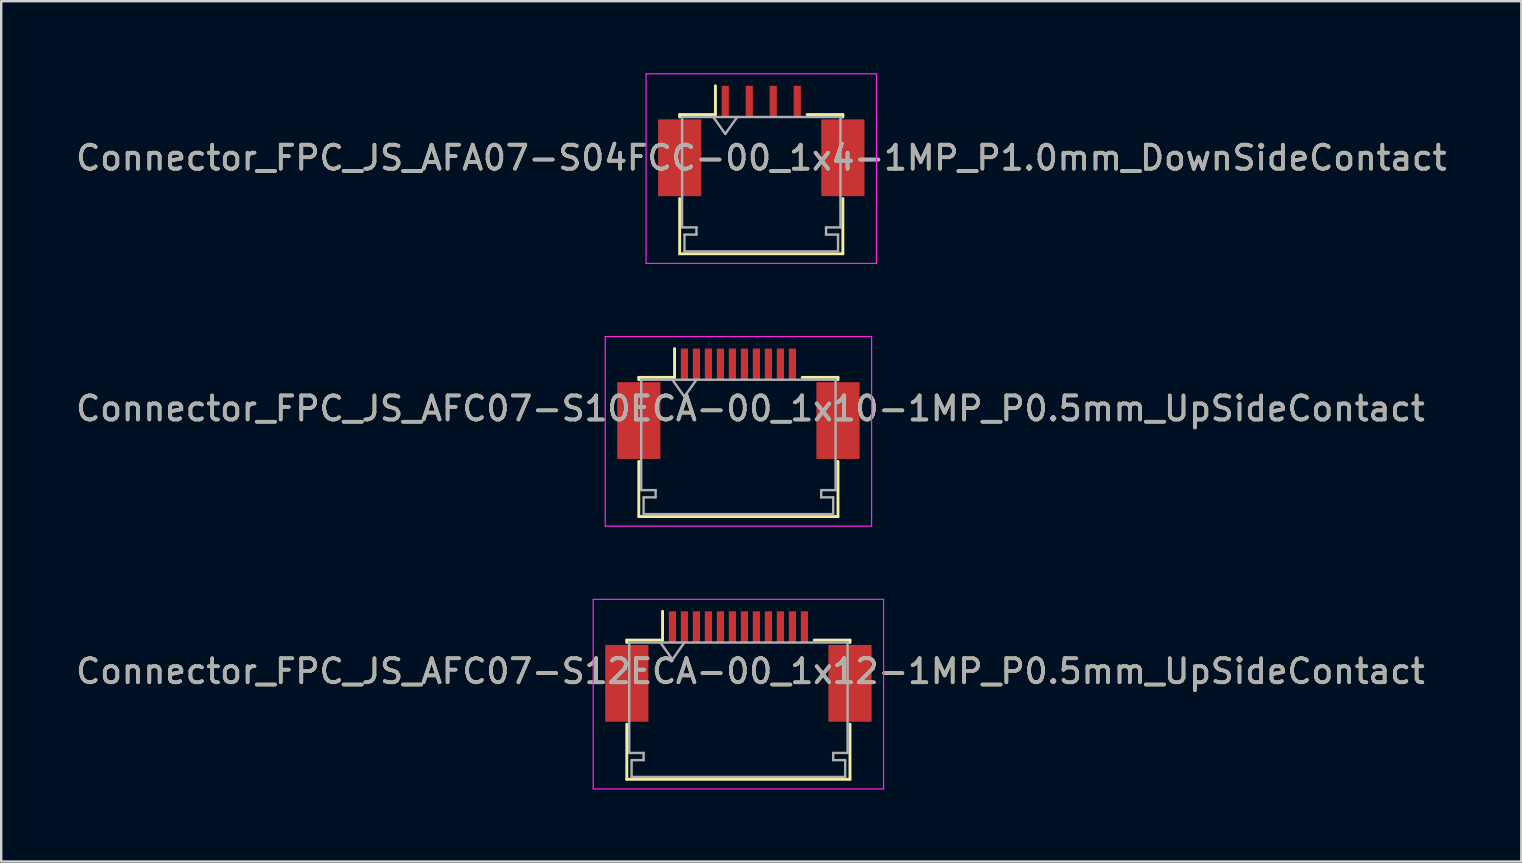
<source format=kicad_pcb>
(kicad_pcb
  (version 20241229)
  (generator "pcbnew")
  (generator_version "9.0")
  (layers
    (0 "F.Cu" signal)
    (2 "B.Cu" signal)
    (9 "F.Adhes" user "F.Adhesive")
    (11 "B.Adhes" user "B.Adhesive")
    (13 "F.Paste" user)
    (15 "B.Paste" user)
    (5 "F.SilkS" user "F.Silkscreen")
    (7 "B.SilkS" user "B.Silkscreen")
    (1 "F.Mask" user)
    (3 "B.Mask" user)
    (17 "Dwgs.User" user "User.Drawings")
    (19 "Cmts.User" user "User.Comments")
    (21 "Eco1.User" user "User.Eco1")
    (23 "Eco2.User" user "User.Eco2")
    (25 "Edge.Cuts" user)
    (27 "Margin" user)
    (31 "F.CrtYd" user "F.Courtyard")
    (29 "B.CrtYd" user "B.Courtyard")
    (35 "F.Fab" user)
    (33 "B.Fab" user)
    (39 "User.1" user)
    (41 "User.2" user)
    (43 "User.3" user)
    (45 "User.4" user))
  (footprint "Connector_FPC_JS_AFC07-S12ECA-00_1x12-1MP_P0.5mm_UpSideContact"
    (layer "F.Cu")
    (at 27.72 24.925)
    (property "Reference" "Connector_FPC_JS_AFC07-S12ECA-00_1x12-1MP_P0.5mm_UpSideContact" (at 0.5 0 0) (layer "F.SilkS") (effects (font (size 1 1) (thickness 0.15))))
    (attr smd)
    (fp_line (start -4.65 -1.3) (end -4.65 -1.2) (stroke (width 0.12) (type solid)) (layer "F.SilkS"))
    (fp_line (start -4.65 2.2) (end -4.65 4.5) (stroke (width 0.12) (type solid)) (layer "F.SilkS"))
    (fp_line (start -4.65 4.5) (end 4.65 4.5) (stroke (width 0.12) (type solid)) (layer "F.SilkS"))
    (fp_line (start -3.16 -1.3) (end -4.65 -1.3) (stroke (width 0.12) (type solid)) (layer "F.SilkS"))
    (fp_line (start -3.16 -1.3) (end -3.16 -2.5) (stroke (width 0.12) (type solid)) (layer "F.SilkS"))
    (fp_line (start 3.16 -1.3) (end 4.65 -1.3) (stroke (width 0.12) (type solid)) (layer "F.SilkS"))
    (fp_line (start 4.65 -1.3) (end 4.65 -1.2) (stroke (width 0.12) (type solid)) (layer "F.SilkS"))
    (fp_line (start 4.65 4.5) (end 4.65 2.2) (stroke (width 0.12) (type solid)) (layer "F.SilkS"))
    (fp_line (start -6.05 -3) (end -6.05 4.9) (stroke (width 0.05) (type solid)) (layer "F.CrtYd"))
    (fp_line (start -6.05 4.9) (end 6.05 4.9) (stroke (width 0.05) (type solid)) (layer "F.CrtYd"))
    (fp_line (start 6.05 -3) (end -6.05 -3) (stroke (width 0.05) (type solid)) (layer "F.CrtYd"))
    (fp_line (start 6.05 4.9) (end 6.05 -3) (stroke (width 0.05) (type solid)) (layer "F.CrtYd"))
    (fp_line (start -4.55 -1.2) (end -4.55 3.4) (stroke (width 0.1) (type solid)) (layer "F.Fab"))
    (fp_line (start -4.55 3.4) (end -3.95 3.4) (stroke (width 0.1) (type solid)) (layer "F.Fab"))
    (fp_line (start -4.45 3.7) (end -4.45 4.4) (stroke (width 0.1) (type solid)) (layer "F.Fab"))
    (fp_line (start -4.45 4.4) (end 4.45 4.4) (stroke (width 0.1) (type solid)) (layer "F.Fab"))
    (fp_line (start -3.95 3.4) (end -3.95 3.7) (stroke (width 0.1) (type solid)) (layer "F.Fab"))
    (fp_line (start -3.95 3.7) (end -4.45 3.7) (stroke (width 0.1) (type solid)) (layer "F.Fab"))
    (fp_line (start -3.25 -1.2) (end -2.75 -0.493) (stroke (width 0.1) (type solid)) (layer "F.Fab"))
    (fp_line (start -2.75 -0.493) (end -2.25 -1.2) (stroke (width 0.1) (type solid)) (layer "F.Fab"))
    (fp_line (start 3.95 3.4) (end 3.95 3.7) (stroke (width 0.1) (type solid)) (layer "F.Fab"))
    (fp_line (start 3.95 3.7) (end 4.45 3.7) (stroke (width 0.1) (type solid)) (layer "F.Fab"))
    (fp_line (start 4.45 3.7) (end 4.45 4.4) (stroke (width 0.1) (type solid)) (layer "F.Fab"))
    (fp_line (start 4.55 -1.2) (end -4.55 -1.2) (stroke (width 0.1) (type solid)) (layer "F.Fab"))
    (fp_line (start 4.55 -1.2) (end 4.55 3.4) (stroke (width 0.1) (type solid)) (layer "F.Fab"))
    (fp_line (start 4.55 3.4) (end 3.95 3.4) (stroke (width 0.1) (type solid)) (layer "F.Fab"))
    (fp_text user "${REFERENCE}" (at 0.5 0 0) (layer "F.Fab") (effects (font (size 1 1) (thickness 0.15))))
    (pad "1" smd rect (at -2.75 -1.85) (size 0.3 1.3) (layers "F.Cu" "F.Mask" "F.Paste"))
    (pad "2" smd rect (at -2.25 -1.85) (size 0.3 1.3) (layers "F.Cu" "F.Mask" "F.Paste"))
    (pad "3" smd rect (at -1.75 -1.85) (size 0.3 1.3) (layers "F.Cu" "F.Mask" "F.Paste"))
    (pad "4" smd rect (at -1.25 -1.85) (size 0.3 1.3) (layers "F.Cu" "F.Mask" "F.Paste"))
    (pad "5" smd rect (at -0.75 -1.85) (size 0.3 1.3) (layers "F.Cu" "F.Mask" "F.Paste"))
    (pad "6" smd rect (at -0.25 -1.85) (size 0.3 1.3) (layers "F.Cu" "F.Mask" "F.Paste"))
    (pad "7" smd rect (at 0.25 -1.85) (size 0.3 1.3) (layers "F.Cu" "F.Mask" "F.Paste"))
    (pad "8" smd rect (at 0.75 -1.85) (size 0.3 1.3) (layers "F.Cu" "F.Mask" "F.Paste"))
    (pad "9" smd rect (at 1.25 -1.85) (size 0.3 1.3) (layers "F.Cu" "F.Mask" "F.Paste"))
    (pad "10" smd rect (at 1.75 -1.85) (size 0.3 1.3) (layers "F.Cu" "F.Mask" "F.Paste"))
    (pad "11" smd rect (at 2.25 -1.85) (size 0.3 1.3) (layers "F.Cu" "F.Mask" "F.Paste"))
    (pad "12" smd rect (at 2.75 -1.85) (size 0.3 1.3) (layers "F.Cu" "F.Mask" "F.Paste"))
    (pad "MP" smd rect (at -4.65 0.5) (size 1.8 3.2) (layers "F.Cu" "F.Mask" "F.Paste"))
    (pad "MP" smd rect (at 4.65 0.5) (size 1.8 3.2) (layers "F.Cu" "F.Mask" "F.Paste")))
  (footprint "Connector_FPC_JS_AFC07-S10ECA-00_1x10-1MP_P0.5mm_UpSideContact"
    (layer "F.Cu")
    (at 27.72 13.975)
    (property "Reference" "Connector_FPC_JS_AFC07-S10ECA-00_1x10-1MP_P0.5mm_UpSideContact" (at 0.5 0 0) (layer "F.SilkS") (effects (font (size 1 1) (thickness 0.15))))
    (attr smd)
    (fp_line (start -4.15 -1.3) (end -4.15 -1.2) (stroke (width 0.12) (type solid)) (layer "F.SilkS"))
    (fp_line (start -4.15 2.2) (end -4.15 4.5) (stroke (width 0.12) (type solid)) (layer "F.SilkS"))
    (fp_line (start -4.15 4.5) (end 4.15 4.5) (stroke (width 0.12) (type solid)) (layer "F.SilkS"))
    (fp_line (start -2.66 -1.3) (end -4.15 -1.3) (stroke (width 0.12) (type solid)) (layer "F.SilkS"))
    (fp_line (start -2.66 -1.3) (end -2.66 -2.5) (stroke (width 0.12) (type solid)) (layer "F.SilkS"))
    (fp_line (start 2.66 -1.3) (end 4.15 -1.3) (stroke (width 0.12) (type solid)) (layer "F.SilkS"))
    (fp_line (start 4.15 -1.3) (end 4.15 -1.2) (stroke (width 0.12) (type solid)) (layer "F.SilkS"))
    (fp_line (start 4.15 4.5) (end 4.15 2.2) (stroke (width 0.12) (type solid)) (layer "F.SilkS"))
    (fp_line (start -5.55 -3) (end -5.55 4.9) (stroke (width 0.05) (type solid)) (layer "F.CrtYd"))
    (fp_line (start -5.55 4.9) (end 5.55 4.9) (stroke (width 0.05) (type solid)) (layer "F.CrtYd"))
    (fp_line (start 5.55 -3) (end -5.55 -3) (stroke (width 0.05) (type solid)) (layer "F.CrtYd"))
    (fp_line (start 5.55 4.9) (end 5.55 -3) (stroke (width 0.05) (type solid)) (layer "F.CrtYd"))
    (fp_line (start -4.05 -1.2) (end -4.05 3.4) (stroke (width 0.1) (type solid)) (layer "F.Fab"))
    (fp_line (start -4.05 3.4) (end -3.45 3.4) (stroke (width 0.1) (type solid)) (layer "F.Fab"))
    (fp_line (start -3.95 3.7) (end -3.95 4.4) (stroke (width 0.1) (type solid)) (layer "F.Fab"))
    (fp_line (start -3.95 4.4) (end 3.95 4.4) (stroke (width 0.1) (type solid)) (layer "F.Fab"))
    (fp_line (start -3.45 3.4) (end -3.45 3.7) (stroke (width 0.1) (type solid)) (layer "F.Fab"))
    (fp_line (start -3.45 3.7) (end -3.95 3.7) (stroke (width 0.1) (type solid)) (layer "F.Fab"))
    (fp_line (start -2.75 -1.2) (end -2.25 -0.493) (stroke (width 0.1) (type solid)) (layer "F.Fab"))
    (fp_line (start -2.25 -0.493) (end -1.75 -1.2) (stroke (width 0.1) (type solid)) (layer "F.Fab"))
    (fp_line (start 3.45 3.4) (end 3.45 3.7) (stroke (width 0.1) (type solid)) (layer "F.Fab"))
    (fp_line (start 3.45 3.7) (end 3.95 3.7) (stroke (width 0.1) (type solid)) (layer "F.Fab"))
    (fp_line (start 3.95 3.7) (end 3.95 4.4) (stroke (width 0.1) (type solid)) (layer "F.Fab"))
    (fp_line (start 4.05 -1.2) (end -4.05 -1.2) (stroke (width 0.1) (type solid)) (layer "F.Fab"))
    (fp_line (start 4.05 -1.2) (end 4.05 3.4) (stroke (width 0.1) (type solid)) (layer "F.Fab"))
    (fp_line (start 4.05 3.4) (end 3.45 3.4) (stroke (width 0.1) (type solid)) (layer "F.Fab"))
    (fp_text user "${REFERENCE}" (at 0.5 0 0) (layer "F.Fab") (effects (font (size 1 1) (thickness 0.15))))
    (pad "1" smd rect (at -2.25 -1.85) (size 0.3 1.3) (layers "F.Cu" "F.Mask" "F.Paste"))
    (pad "2" smd rect (at -1.75 -1.85) (size 0.3 1.3) (layers "F.Cu" "F.Mask" "F.Paste"))
    (pad "3" smd rect (at -1.25 -1.85) (size 0.3 1.3) (layers "F.Cu" "F.Mask" "F.Paste"))
    (pad "4" smd rect (at -0.75 -1.85) (size 0.3 1.3) (layers "F.Cu" "F.Mask" "F.Paste"))
    (pad "5" smd rect (at -0.25 -1.85) (size 0.3 1.3) (layers "F.Cu" "F.Mask" "F.Paste"))
    (pad "6" smd rect (at 0.25 -1.85) (size 0.3 1.3) (layers "F.Cu" "F.Mask" "F.Paste"))
    (pad "7" smd rect (at 0.75 -1.85) (size 0.3 1.3) (layers "F.Cu" "F.Mask" "F.Paste"))
    (pad "8" smd rect (at 1.25 -1.85) (size 0.3 1.3) (layers "F.Cu" "F.Mask" "F.Paste"))
    (pad "9" smd rect (at 1.75 -1.85) (size 0.3 1.3) (layers "F.Cu" "F.Mask" "F.Paste"))
    (pad "10" smd rect (at 2.25 -1.85) (size 0.3 1.3) (layers "F.Cu" "F.Mask" "F.Paste"))
    (pad "MP" smd rect (at -4.15 0.5) (size 1.8 3.2) (layers "F.Cu" "F.Mask" "F.Paste"))
    (pad "MP" smd rect (at 4.15 0.5) (size 1.8 3.2) (layers "F.Cu" "F.Mask" "F.Paste")))
  (footprint "Connector_FPC_JS_AFA07-S04FCC-00_1x4-1MP_P1.0mm_DownSideContact"
    (layer "F.Cu")
    (at 28.673 3.025)
    (property "Reference" "Connector_FPC_JS_AFA07-S04FCC-00_1x4-1MP_P1.0mm_DownSideContact" (at 0 0.5 0) (layer "F.SilkS") (effects (font (size 1 1) (thickness 0.15))))
    (attr smd)
    (fp_line (start -3.4 -1.3) (end -3.4 -1.2) (stroke (width 0.12) (type solid)) (layer "F.SilkS"))
    (fp_line (start -3.4 2.2) (end -3.4 4.5) (stroke (width 0.12) (type solid)) (layer "F.SilkS"))
    (fp_line (start -3.4 4.5) (end 3.4 4.5) (stroke (width 0.12) (type solid)) (layer "F.SilkS"))
    (fp_line (start -1.91 -1.3) (end -3.4 -1.3) (stroke (width 0.12) (type solid)) (layer "F.SilkS"))
    (fp_line (start -1.91 -1.3) (end -1.91 -2.5) (stroke (width 0.12) (type solid)) (layer "F.SilkS"))
    (fp_line (start 1.91 -1.3) (end 3.4 -1.3) (stroke (width 0.12) (type solid)) (layer "F.SilkS"))
    (fp_line (start 3.4 -1.3) (end 3.4 -1.2) (stroke (width 0.12) (type solid)) (layer "F.SilkS"))
    (fp_line (start 3.4 4.5) (end 3.4 2.2) (stroke (width 0.12) (type solid)) (layer "F.SilkS"))
    (fp_line (start -4.8 -3) (end -4.8 4.9) (stroke (width 0.05) (type solid)) (layer "F.CrtYd"))
    (fp_line (start -4.8 4.9) (end 4.8 4.9) (stroke (width 0.05) (type solid)) (layer "F.CrtYd"))
    (fp_line (start 4.8 -3) (end -4.8 -3) (stroke (width 0.05) (type solid)) (layer "F.CrtYd"))
    (fp_line (start 4.8 4.9) (end 4.8 -3) (stroke (width 0.05) (type solid)) (layer "F.CrtYd"))
    (fp_line (start -3.3 -1.2) (end -3.3 3.4) (stroke (width 0.1) (type solid)) (layer "F.Fab"))
    (fp_line (start -3.3 -1.2) (end 3.3 -1.2) (stroke (width 0.1) (type solid)) (layer "F.Fab"))
    (fp_line (start -3.3 3.4) (end -2.7 3.4) (stroke (width 0.1) (type solid)) (layer "F.Fab"))
    (fp_line (start -3.2 3.7) (end -3.2 4.4) (stroke (width 0.1) (type solid)) (layer "F.Fab"))
    (fp_line (start -2.7 3.4) (end -2.7 3.7) (stroke (width 0.1) (type solid)) (layer "F.Fab"))
    (fp_line (start -2.7 3.7) (end -3.2 3.7) (stroke (width 0.1) (type solid)) (layer "F.Fab"))
    (fp_line (start -2 -1.2) (end -1.5 -0.493) (stroke (width 0.1) (type solid)) (layer "F.Fab"))
    (fp_line (start -1.5 -0.493) (end -1 -1.2) (stroke (width 0.1) (type solid)) (layer "F.Fab"))
    (fp_line (start 2.7 3.4) (end 2.7 3.7) (stroke (width 0.1) (type solid)) (layer "F.Fab"))
    (fp_line (start 2.7 3.7) (end 3.2 3.7) (stroke (width 0.1) (type solid)) (layer "F.Fab"))
    (fp_line (start 3.2 3.7) (end 3.2 4.4) (stroke (width 0.1) (type solid)) (layer "F.Fab"))
    (fp_line (start 3.2 4.4) (end -3.2 4.4) (stroke (width 0.1) (type solid)) (layer "F.Fab"))
    (fp_line (start 3.3 -1.2) (end 3.3 3.4) (stroke (width 0.1) (type solid)) (layer "F.Fab"))
    (fp_line (start 3.3 3.4) (end 2.7 3.4) (stroke (width 0.1) (type solid)) (layer "F.Fab"))
    (fp_text user "${REFERENCE}" (at 0 0.5 0) (layer "F.Fab") (effects (font (size 1 1) (thickness 0.15))))
    (pad "1" smd rect (at -1.5 -1.85) (size 0.3 1.3) (layers "F.Cu" "F.Mask" "F.Paste"))
    (pad "2" smd rect (at -0.5 -1.85) (size 0.3 1.3) (layers "F.Cu" "F.Mask" "F.Paste"))
    (pad "3" smd rect (at 0.5 -1.85) (size 0.3 1.3) (layers "F.Cu" "F.Mask" "F.Paste"))
    (pad "4" smd rect (at 1.5 -1.85) (size 0.3 1.3) (layers "F.Cu" "F.Mask" "F.Paste"))
    (pad "MP" smd rect (at -3.4 0.5) (size 1.8 3.2) (layers "F.Cu" "F.Mask" "F.Paste"))
    (pad "MP" smd rect (at 3.4 0.5) (size 1.8 3.2) (layers "F.Cu" "F.Mask" "F.Paste")))
  (gr_rect
    (start -3 -3)
    (end 60.345 32.85)
    (stroke (width 0.1) (type default))
    (fill no)
    (layer "Edge.Cuts")))
</source>
